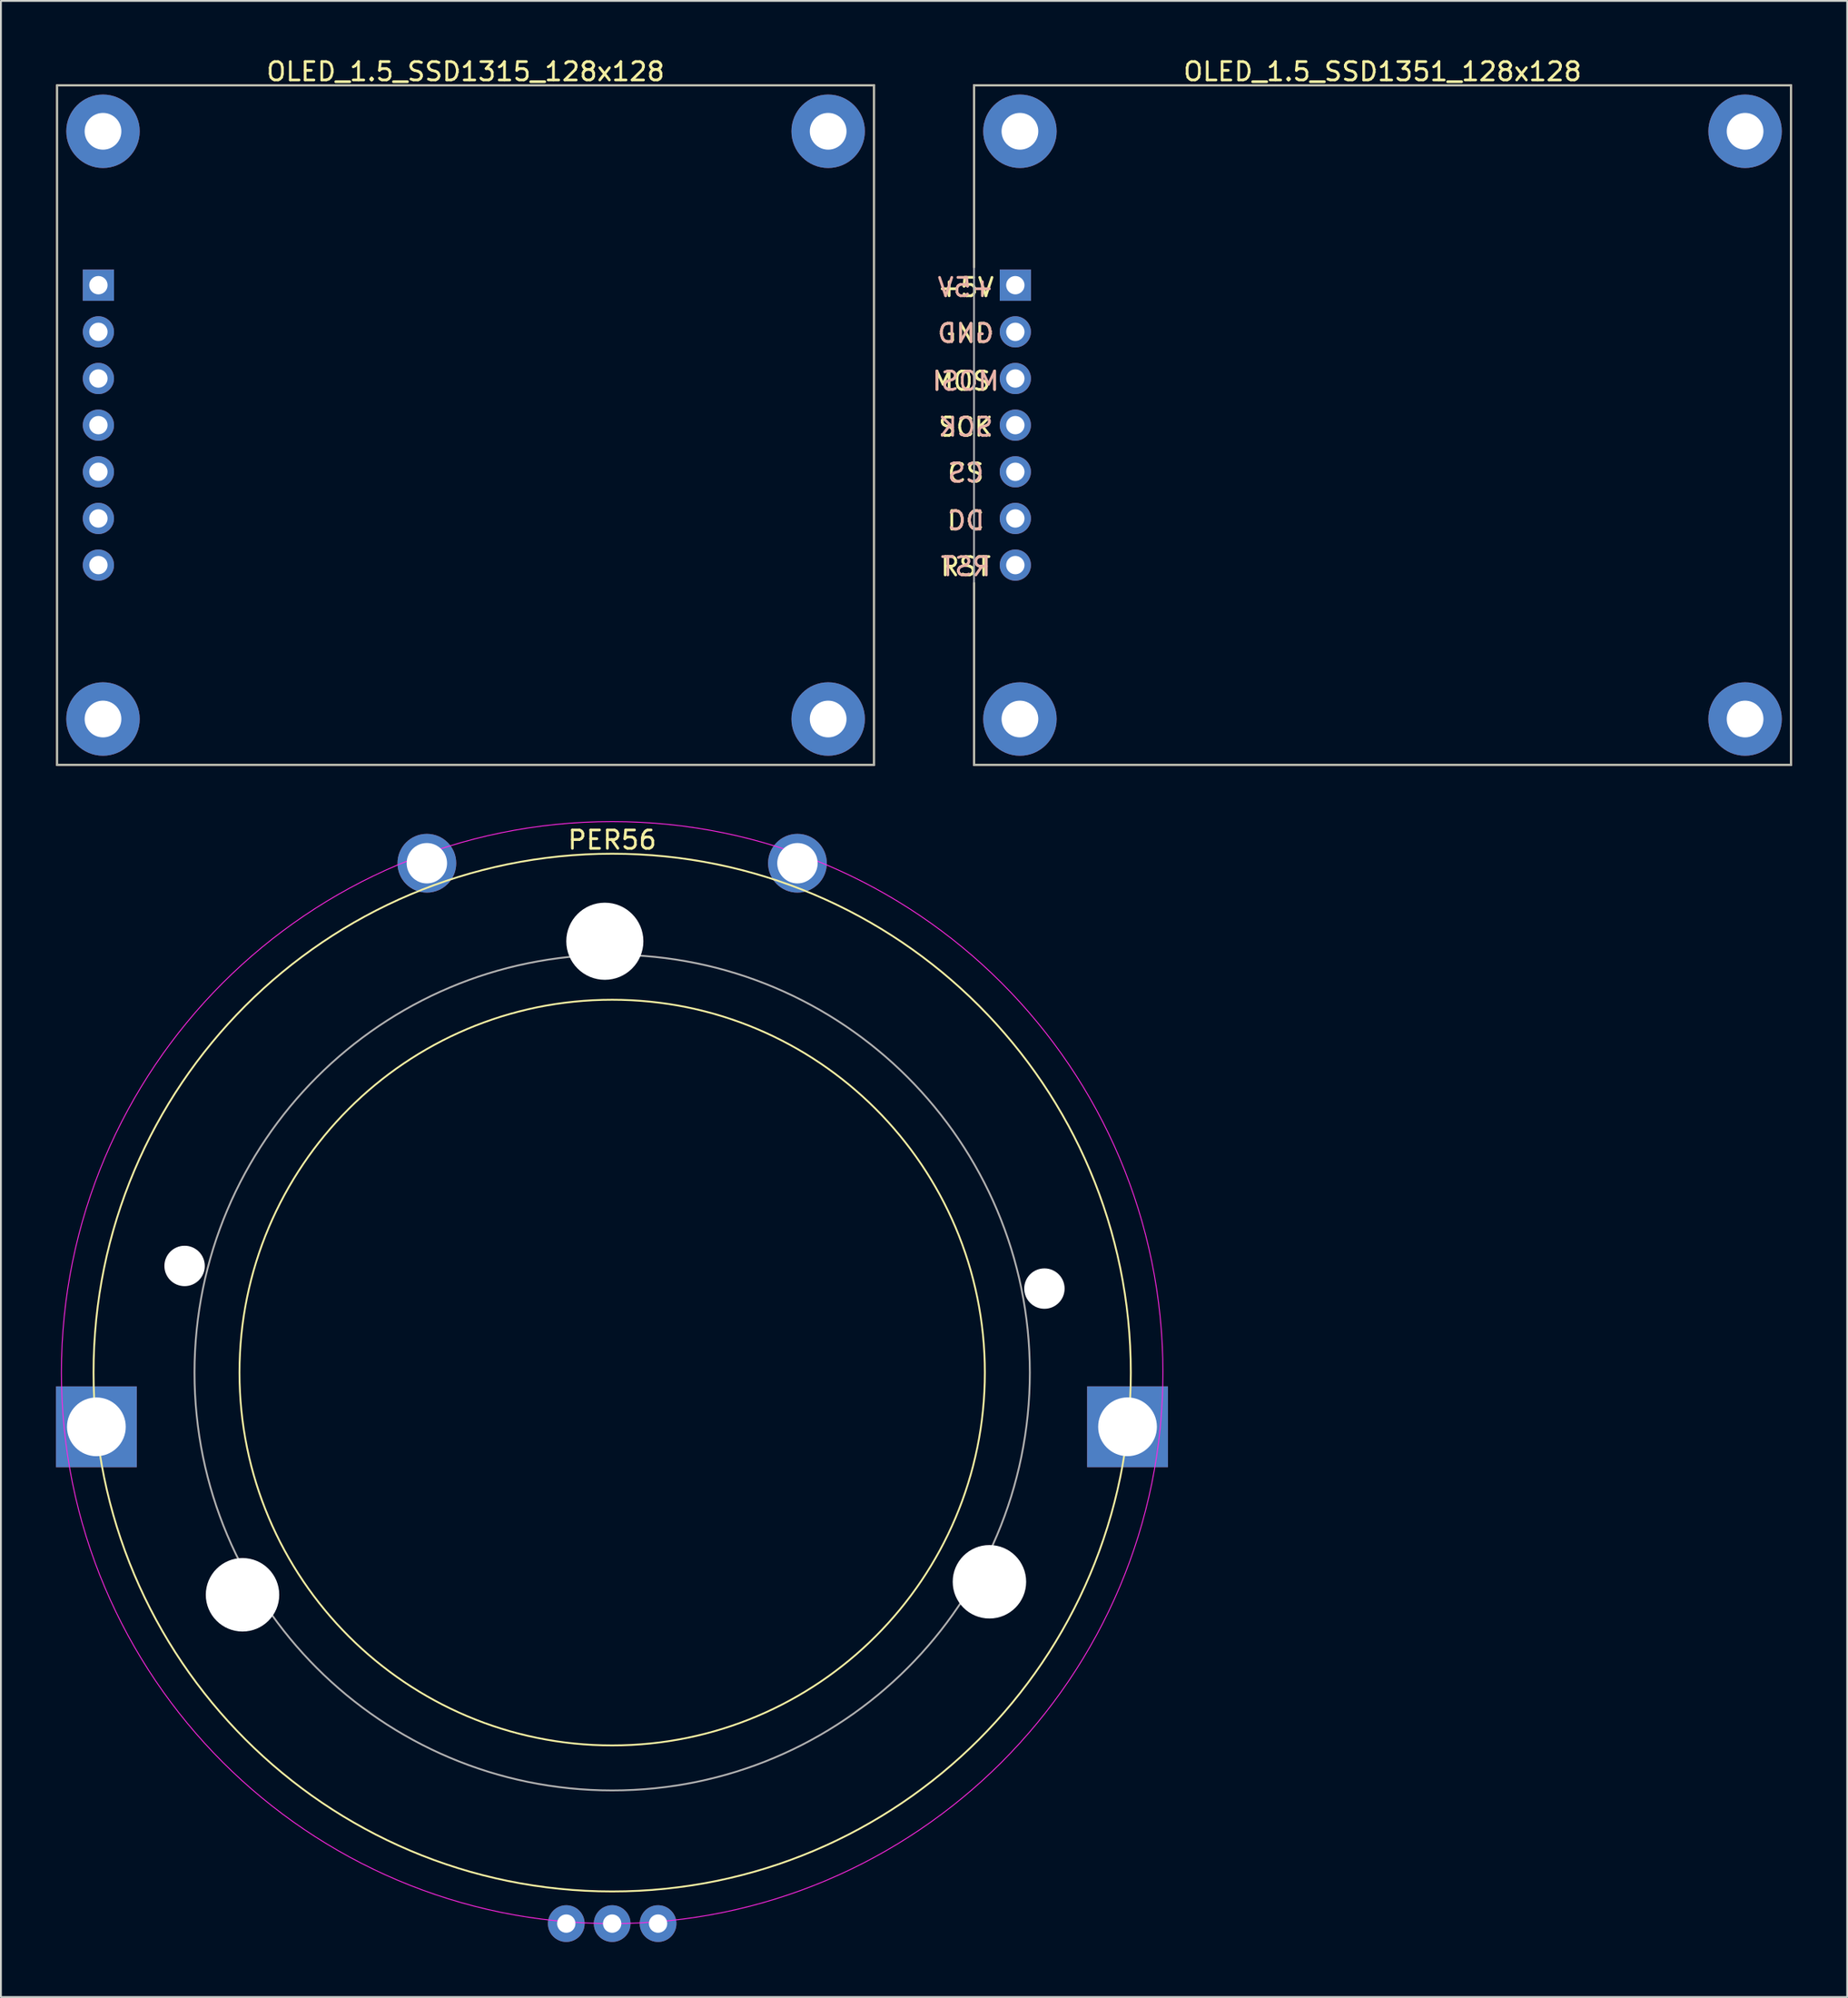
<source format=kicad_pcb>
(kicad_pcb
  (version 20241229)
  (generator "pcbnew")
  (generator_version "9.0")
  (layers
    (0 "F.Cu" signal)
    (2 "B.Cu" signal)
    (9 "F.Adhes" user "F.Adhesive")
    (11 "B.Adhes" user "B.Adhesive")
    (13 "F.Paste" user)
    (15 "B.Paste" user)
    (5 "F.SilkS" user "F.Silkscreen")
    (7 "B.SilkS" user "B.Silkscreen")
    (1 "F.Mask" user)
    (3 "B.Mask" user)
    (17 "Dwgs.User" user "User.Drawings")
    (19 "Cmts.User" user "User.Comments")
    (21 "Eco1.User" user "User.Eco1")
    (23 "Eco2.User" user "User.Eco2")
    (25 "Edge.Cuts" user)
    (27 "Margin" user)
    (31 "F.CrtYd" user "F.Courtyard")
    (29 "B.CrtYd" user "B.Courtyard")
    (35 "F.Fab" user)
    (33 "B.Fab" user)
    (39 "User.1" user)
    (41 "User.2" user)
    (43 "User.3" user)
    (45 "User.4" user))
  (footprint "PER56"
    (layer "F.Cu")
    (at 30.295 71.683)
    (property "Reference" "PER56" (at 0 -29 0) (unlocked yes) (layer "F.SilkS") (effects (font (size 1 1) (thickness 0.15))))
    (attr through_hole exclude_from_pos_files)
    (fp_circle (center 0 0) (end 20.3 0) (stroke (width 0.1) (type solid)) (fill no) (layer "F.SilkS"))
    (fp_circle (center 0 0) (end 28.25 0) (stroke (width 0.1) (type solid)) (fill no) (layer "F.SilkS"))
    (fp_circle (center 0 0) (end 30 0) (stroke (width 0.05) (type default)) (fill no) (layer "F.CrtYd"))
    (fp_circle (center 0 0) (end 22.75 0) (stroke (width 0.1) (type solid)) (fill no) (layer "F.Fab"))
    (fp_circle (center -28.095 2.953) (end -26.345 2.953) (stroke (width 0.1) (type solid)) (fill no) (layer "User.7"))
    (fp_circle (center -23.29 -5.806) (end -22.19 -5.806) (stroke (width 0.1) (type solid)) (fill no) (layer "User.7"))
    (fp_circle (center -20.135 12.098) (end -18.135 12.098) (stroke (width 0.1) (type solid)) (fill no) (layer "User.7"))
    (fp_circle (center -10.094 -27.733) (end -8.994 -27.733) (stroke (width 0.1) (type solid)) (fill no) (layer "User.7"))
    (fp_circle (center -0.4 -23.485) (end 1.6 -23.485) (stroke (width 0.1) (type solid)) (fill no) (layer "User.7"))
    (fp_circle (center 10.092 -27.733) (end 11.192 -27.733) (stroke (width 0.1) (type solid)) (fill no) (layer "User.7"))
    (fp_circle (center 20.549 11.39) (end 22.549 11.39) (stroke (width 0.1) (type solid)) (fill no) (layer "User.7"))
    (fp_circle (center 23.544 -4.573) (end 24.644 -4.573) (stroke (width 0.1) (type solid)) (fill no) (layer "User.7"))
    (fp_circle (center 28.071 2.951) (end 29.821 2.951) (stroke (width 0.1) (type solid)) (fill no) (layer "User.7"))
    (pad "" np_thru_hole circle (at -23.29 -5.806) (size 2.2 2.2) (drill 2.2) (layers "*.Cu" "*.Mask"))
    (pad "" np_thru_hole circle (at -20.135 12.098) (size 4 4) (drill 4) (layers "*.Cu" "*.Mask"))
    (pad "" np_thru_hole circle (at -0.4 -23.485) (size 4.2 4.2) (drill 4.2) (layers "*.Cu" "*.Mask"))
    (pad "" np_thru_hole circle (at 20.549 11.39) (size 4 4) (drill 4) (layers "*.Cu" "*.Mask"))
    (pad "" np_thru_hole circle (at 23.544 -4.573) (size 2.2 2.2) (drill 2.2) (layers "*.Cu" "*.Mask"))
    (pad "A" thru_hole circle (at -2.5 30) (size 2 2) (drill 1) (layers "*.Cu" "*.Mask"))
    (pad "B" thru_hole circle (at 2.5 30) (size 2 2) (drill 1) (layers "*.Cu" "*.Mask"))
    (pad "C" thru_hole circle (at 0 30) (size 2 2) (drill 1) (layers "*.Cu" "*.Mask"))
    (pad "MP" thru_hole rect (at -28.095 2.953) (size 4.4 4.4) (drill oval 3.2) (layers "*.Cu" "*.Mask"))
    (pad "MP" thru_hole circle (at -10.094 -27.733) (size 3.2 3.2) (drill 2.2) (layers "*.Cu" "*.Mask"))
    (pad "MP" thru_hole circle (at 10.092 -27.733) (size 3.2 3.2) (drill 2.2) (layers "*.Cu" "*.Mask"))
    (pad "MP" thru_hole rect (at 28.071 2.951) (size 4.4 4.4) (drill oval 3.2) (layers "*.Cu" "*.Mask")))
  (footprint "OLED_1.5_SSD1315_128x128"
    (layer "F.Cu")
    (at 22.31 20.098)
    (property "Reference" "OLED_1.5_SSD1315_128x128" (at 0 -19.25 0) (layer "F.SilkS") (effects (font (size 1 1) (thickness 0.15))))
    (attr through_hole)
    (fp_line (start -22.25 -18.5) (end -22.25 18.5) (stroke (width 0.12) (type solid)) (layer "F.SilkS"))
    (fp_line (start -22.25 18.5) (end 22.25 18.5) (stroke (width 0.12) (type solid)) (layer "F.SilkS"))
    (fp_line (start 22.25 -18.5) (end -22.25 -18.5) (stroke (width 0.12) (type solid)) (layer "F.SilkS"))
    (fp_line (start 22.25 18.5) (end 22.25 -18.5) (stroke (width 0.12) (type solid)) (layer "F.SilkS"))
    (fp_line (start -22.25 -18.5) (end 22.25 -18.5) (stroke (width 0.1) (type solid)) (layer "F.Fab"))
    (fp_line (start -22.25 18.5) (end -22.25 -18.5) (stroke (width 0.1) (type solid)) (layer "F.Fab"))
    (fp_line (start 22.25 -18.5) (end 22.25 18.5) (stroke (width 0.1) (type solid)) (layer "F.Fab"))
    (fp_line (start 22.25 18.5) (end -22.25 18.5) (stroke (width 0.1) (type solid)) (layer "F.Fab"))
    (pad "1" thru_hole rect (at -20 -7.62) (size 1.7 1.7) (drill 1) (layers "*.Cu" "*.Mask"))
    (pad "2" thru_hole oval (at -20 -5.08) (size 1.7 1.7) (drill 1) (layers "*.Cu" "*.Mask"))
    (pad "3" thru_hole oval (at -20 -2.54) (size 1.7 1.7) (drill 1) (layers "*.Cu" "*.Mask"))
    (pad "4" thru_hole oval (at -20 0) (size 1.7 1.7) (drill 1) (layers "*.Cu" "*.Mask"))
    (pad "5" thru_hole oval (at -20 2.54) (size 1.7 1.7) (drill 1) (layers "*.Cu" "*.Mask"))
    (pad "6" thru_hole oval (at -20 5.08) (size 1.7 1.7) (drill 1) (layers "*.Cu" "*.Mask"))
    (pad "7" thru_hole oval (at -20 7.62) (size 1.7 1.7) (drill 1) (layers "*.Cu" "*.Mask"))
    (pad "MH" thru_hole circle (at -19.75 -16) (size 4 4) (drill 2) (layers "*.Cu" "*.Mask"))
    (pad "MH" thru_hole circle (at -19.75 16) (size 4 4) (drill 2) (layers "*.Cu" "*.Mask"))
    (pad "MH" thru_hole circle (at 19.75 -16) (size 4 4) (drill 2) (layers "*.Cu" "*.Mask"))
    (pad "MH" thru_hole circle (at 19.75 16) (size 4 4) (drill 2) (layers "*.Cu" "*.Mask")))
  (footprint "OLED_1.5_SSD1351_128x128"
    (layer "F.Cu")
    (at 72.255 20.098)
    (property "Reference" "OLED_1.5_SSD1351_128x128" (at 0 -19.25 0) (layer "F.SilkS") (effects (font (size 1 1) (thickness 0.15))))
    (attr through_hole)
    (fp_line (start -22.25 -18.5) (end -22.25 -8.6) (stroke (width 0.12) (type solid)) (layer "F.SilkS"))
    (fp_line (start -22.25 8.6) (end -22.25 18.5) (stroke (width 0.12) (type solid)) (layer "F.SilkS"))
    (fp_line (start -22.25 18.5) (end 22.25 18.5) (stroke (width 0.12) (type solid)) (layer "F.SilkS"))
    (fp_line (start 22.25 -18.5) (end -22.25 -18.5) (stroke (width 0.12) (type solid)) (layer "F.SilkS"))
    (fp_line (start 22.25 18.5) (end 22.25 -18.5) (stroke (width 0.12) (type solid)) (layer "F.SilkS"))
    (fp_line (start -22.25 -18.5) (end 22.25 -18.5) (stroke (width 0.1) (type solid)) (layer "F.Fab"))
    (fp_line (start -22.25 18.5) (end -22.25 -18.5) (stroke (width 0.1) (type solid)) (layer "F.Fab"))
    (fp_line (start 22.25 -18.5) (end 22.25 18.5) (stroke (width 0.1) (type solid)) (layer "F.Fab"))
    (fp_line (start 22.25 18.5) (end -22.25 18.5) (stroke (width 0.1) (type solid)) (layer "F.Fab"))
    (fp_text user "MOSI" (at -22.7 -2.4 0) (unlocked yes) (layer "F.SilkS") (effects (font (size 1 1) (thickness 0.15))))
    (fp_text user "SCK" (at -22.7 0.1 0) (unlocked yes) (layer "F.SilkS") (effects (font (size 1 1) (thickness 0.15))))
    (fp_text user "+5V" (at -22.7 -7.5 0) (unlocked yes) (layer "F.SilkS") (effects (font (size 1 1) (thickness 0.15))))
    (fp_text user "CS" (at -22.7 2.6 0) (unlocked yes) (layer "F.SilkS") (effects (font (size 1 1) (thickness 0.15))))
    (fp_text user "GND" (at -22.7 -5 0) (unlocked yes) (layer "F.SilkS") (effects (font (size 1 1) (thickness 0.15))))
    (fp_text user "RST" (at -22.7 7.7 0) (unlocked yes) (layer "F.SilkS") (effects (font (size 1 1) (thickness 0.15))))
    (fp_text user "DC" (at -22.7 5.2 0) (unlocked yes) (layer "F.SilkS") (effects (font (size 1 1) (thickness 0.15))))
    (fp_text user "CS" (at -22.7 2.6 0) (unlocked yes) (layer "B.SilkS") (effects (font (size 1 1) (thickness 0.15)) (justify mirror)))
    (fp_text user "RST" (at -22.7 7.7 0) (unlocked yes) (layer "B.SilkS") (effects (font (size 1 1) (thickness 0.15)) (justify mirror)))
    (fp_text user "MOSI" (at -22.7 -2.4 0) (unlocked yes) (layer "B.SilkS") (effects (font (size 1 1) (thickness 0.15)) (justify mirror)))
    (fp_text user "+5V" (at -22.7 -7.5 0) (unlocked yes) (layer "B.SilkS") (effects (font (size 1 1) (thickness 0.15)) (justify mirror)))
    (fp_text user "DC" (at -22.691 5.203 0) (unlocked yes) (layer "B.SilkS") (effects (font (size 1 1) (thickness 0.15)) (justify mirror)))
    (fp_text user "SCK" (at -22.7 0.1 0) (unlocked yes) (layer "B.SilkS") (effects (font (size 1 1) (thickness 0.15)) (justify mirror)))
    (fp_text user "GND" (at -22.7 -5 0) (unlocked yes) (layer "B.SilkS") (effects (font (size 1 1) (thickness 0.15)) (justify mirror)))
    (pad "1" thru_hole rect (at -20 -7.62) (size 1.7 1.7) (drill 1) (layers "*.Cu" "*.Mask"))
    (pad "2" thru_hole oval (at -20 -5.08) (size 1.7 1.7) (drill 1) (layers "*.Cu" "*.Mask"))
    (pad "3" thru_hole oval (at -20 -2.54) (size 1.7 1.7) (drill 1) (layers "*.Cu" "*.Mask"))
    (pad "4" thru_hole oval (at -20 0) (size 1.7 1.7) (drill 1) (layers "*.Cu" "*.Mask"))
    (pad "5" thru_hole oval (at -20 2.54) (size 1.7 1.7) (drill 1) (layers "*.Cu" "*.Mask"))
    (pad "6" thru_hole oval (at -20 5.08) (size 1.7 1.7) (drill 1) (layers "*.Cu" "*.Mask"))
    (pad "7" thru_hole oval (at -20 7.62) (size 1.7 1.7) (drill 1) (layers "*.Cu" "*.Mask"))
    (pad "MP" thru_hole circle (at -19.75 -16) (size 4 4) (drill 2) (layers "*.Cu" "*.Mask"))
    (pad "MP" thru_hole circle (at -19.75 16) (size 4 4) (drill 2) (layers "*.Cu" "*.Mask"))
    (pad "MP" thru_hole circle (at 19.75 -16) (size 4 4) (drill 2) (layers "*.Cu" "*.Mask"))
    (pad "MP" thru_hole circle (at 19.75 16) (size 4 4) (drill 2) (layers "*.Cu" "*.Mask")))
  (gr_rect
    (start -3 -3)
    (end 97.565 105.683)
    (stroke (width 0.1) (type default))
    (fill no)
    (layer "Edge.Cuts")))
</source>
